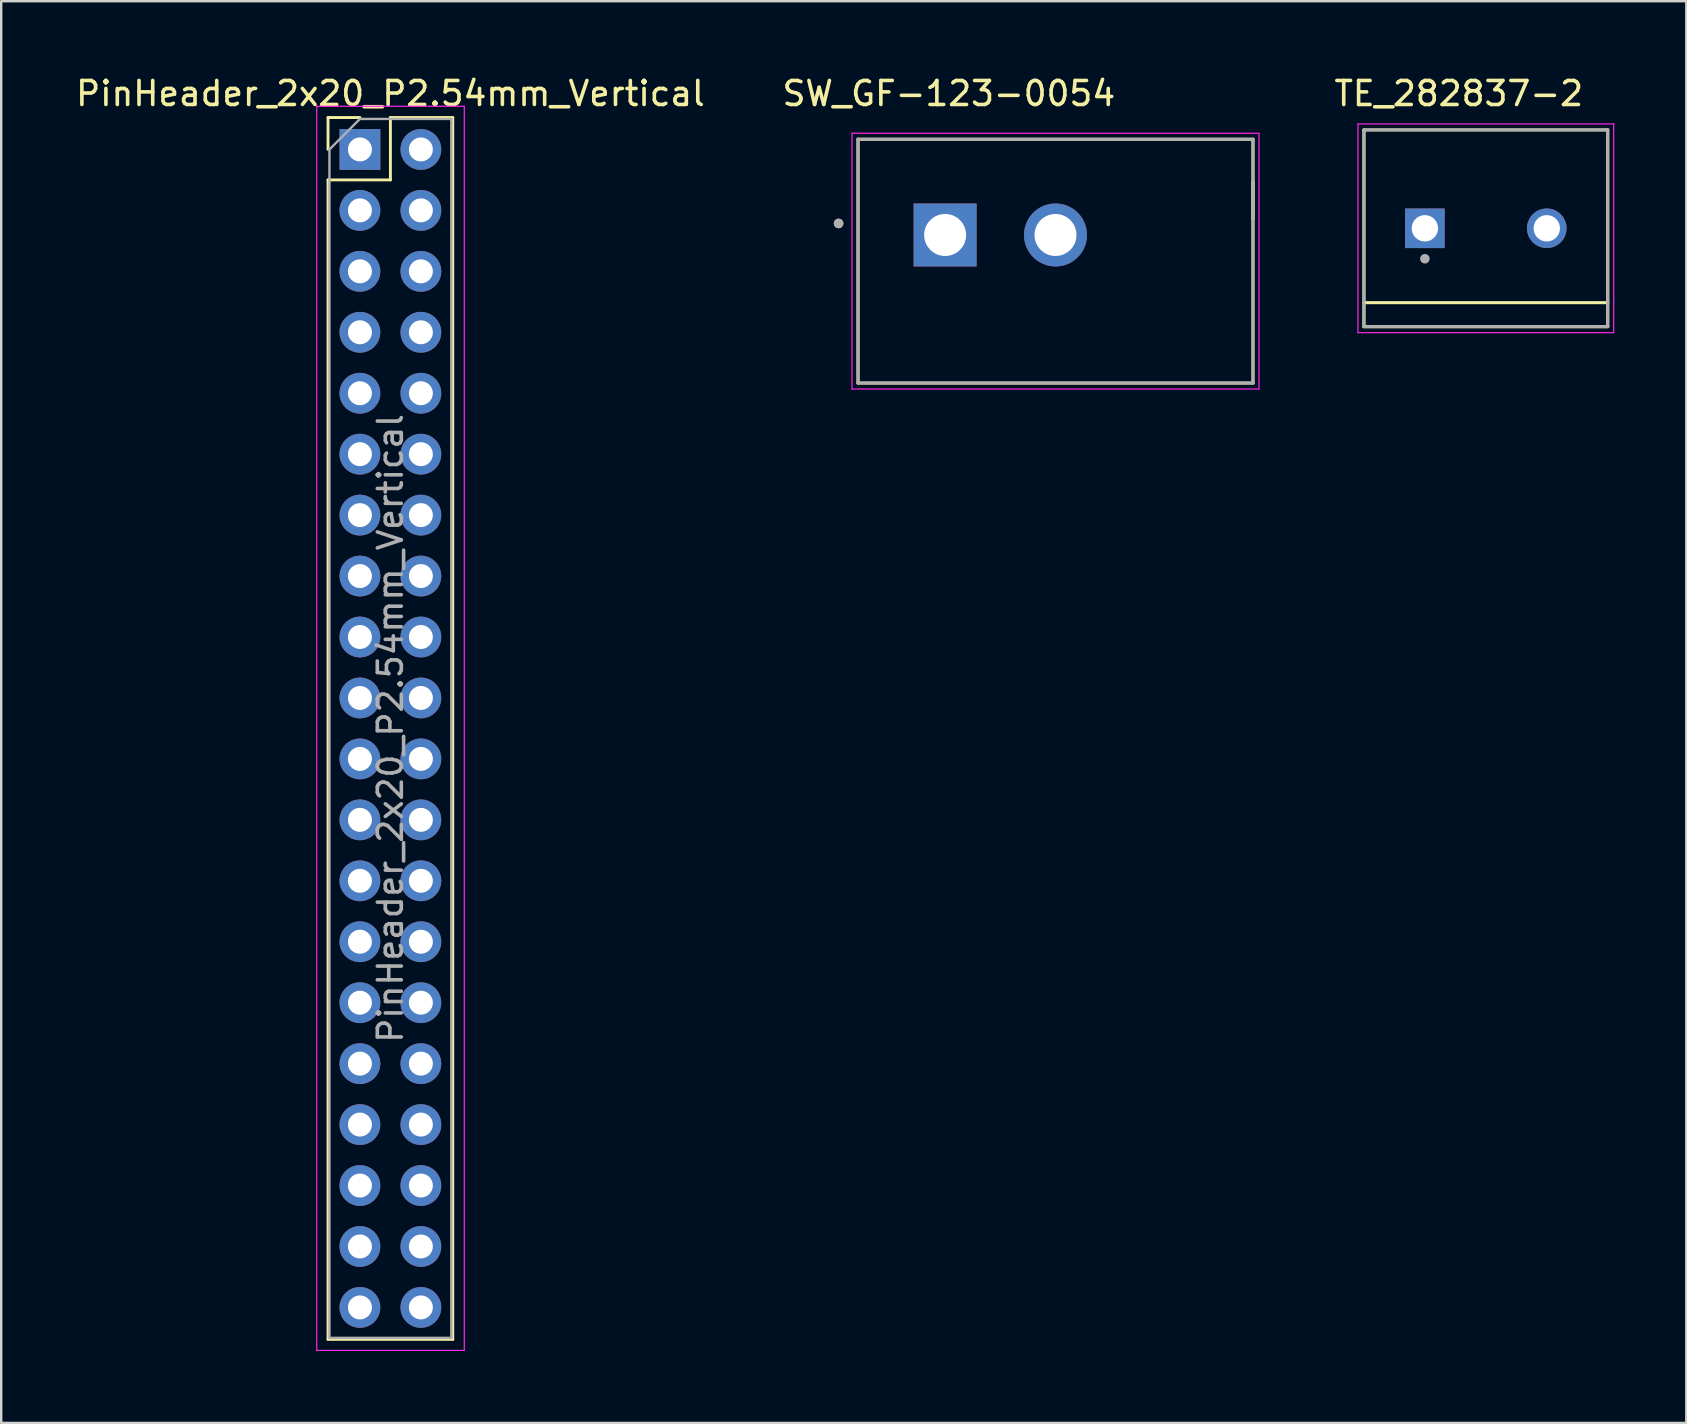
<source format=kicad_pcb>
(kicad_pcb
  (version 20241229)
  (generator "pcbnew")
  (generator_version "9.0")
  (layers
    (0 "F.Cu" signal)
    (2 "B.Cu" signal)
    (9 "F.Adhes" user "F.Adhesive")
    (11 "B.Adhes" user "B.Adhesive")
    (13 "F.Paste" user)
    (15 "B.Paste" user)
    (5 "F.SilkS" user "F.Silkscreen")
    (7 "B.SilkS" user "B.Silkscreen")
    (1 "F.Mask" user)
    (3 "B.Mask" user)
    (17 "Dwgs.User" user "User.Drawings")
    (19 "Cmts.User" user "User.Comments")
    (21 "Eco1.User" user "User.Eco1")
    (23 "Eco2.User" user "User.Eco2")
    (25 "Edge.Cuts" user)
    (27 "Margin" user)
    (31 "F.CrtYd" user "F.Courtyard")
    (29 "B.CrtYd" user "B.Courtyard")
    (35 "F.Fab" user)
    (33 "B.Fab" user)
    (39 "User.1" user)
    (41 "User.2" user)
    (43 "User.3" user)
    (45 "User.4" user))
  (footprint "TE_282837-2"
    (layer "F.Cu")
    (at 58.873 6.464)
    (property "Reference" "TE_282837-2" (at -1.127 -5.615 0) (layer "F.SilkS") (effects (font (size 1.002 1.002) (thickness 0.15))))
    (attr through_hole)
    (fp_line (start -5.08 -4.1) (end 5.08 -4.1) (stroke (width 0.127) (type solid)) (layer "F.SilkS"))
    (fp_line (start -5.08 3.1) (end -5.08 -4.1) (stroke (width 0.127) (type solid)) (layer "F.SilkS"))
    (fp_line (start -5.08 3.1) (end 5.08 3.1) (stroke (width 0.127) (type solid)) (layer "F.SilkS"))
    (fp_line (start -5.08 4.1) (end -5.08 3.1) (stroke (width 0.127) (type solid)) (layer "F.SilkS"))
    (fp_line (start 5.08 -4.1) (end 5.08 3.1) (stroke (width 0.127) (type solid)) (layer "F.SilkS"))
    (fp_line (start 5.08 3.1) (end 5.08 4.1) (stroke (width 0.127) (type solid)) (layer "F.SilkS"))
    (fp_line (start 5.08 4.1) (end -5.08 4.1) (stroke (width 0.127) (type solid)) (layer "F.SilkS"))
    (fp_line (start -5.33 -4.35) (end 5.33 -4.35) (stroke (width 0.05) (type solid)) (layer "F.CrtYd"))
    (fp_line (start -5.33 4.35) (end -5.33 -4.35) (stroke (width 0.05) (type solid)) (layer "F.CrtYd"))
    (fp_line (start 5.33 -4.35) (end 5.33 4.35) (stroke (width 0.05) (type solid)) (layer "F.CrtYd"))
    (fp_line (start 5.33 4.35) (end -5.33 4.35) (stroke (width 0.05) (type solid)) (layer "F.CrtYd"))
    (fp_line (start -5.08 -4.1) (end 5.08 -4.1) (stroke (width 0.127) (type solid)) (layer "F.Fab"))
    (fp_line (start -5.08 4.1) (end -5.08 -4.1) (stroke (width 0.127) (type solid)) (layer "F.Fab"))
    (fp_line (start 5.08 -4.1) (end 5.08 4.1) (stroke (width 0.127) (type solid)) (layer "F.Fab"))
    (fp_line (start 5.08 4.1) (end -5.08 4.1) (stroke (width 0.127) (type solid)) (layer "F.Fab"))
    (fp_circle (center -2.54 1.27) (end -2.44 1.27) (stroke (width 0.2) (type solid)) (fill no) (layer "F.Fab"))
    (pad "1" thru_hole rect (at -2.54 0) (size 1.65 1.65) (drill 1.1) (layers "*.Cu" "*.Mask"))
    (pad "2" thru_hole circle (at 2.54 0) (size 1.65 1.65) (drill 1.1) (layers "*.Cu" "*.Mask")))
  (footprint "SW_GF-123-0054"
    (layer "F.Cu")
    (at 40.939 7.833)
    (property "Reference" "SW_GF-123-0054" (at -4.445 -6.985 0) (layer "F.SilkS") (effects (font (size 1 1) (thickness 0.15))))
    (attr through_hole)
    (fp_line (start -8.23 5.08) (end -8.23 -5.08) (stroke (width 0.127) (type solid)) (layer "F.SilkS"))
    (fp_line (start 8.23 -5.08) (end -8.23 -5.08) (stroke (width 0.127) (type solid)) (layer "F.SilkS"))
    (fp_line (start 8.23 -5.08) (end 8.23 5.08) (stroke (width 0.127) (type solid)) (layer "F.SilkS"))
    (fp_line (start 8.23 -3.3) (end 8.23 -1.75) (stroke (width 0.127) (type solid)) (layer "F.SilkS"))
    (fp_line (start 8.23 5.08) (end -8.23 5.08) (stroke (width 0.127) (type solid)) (layer "F.SilkS"))
    (fp_circle (center -9.04 -1.57) (end -8.94 -1.57) (stroke (width 0.2) (type solid)) (fill no) (layer "F.SilkS"))
    (fp_line (start -8.48 -5.33) (end 8.48 -5.33) (stroke (width 0.05) (type solid)) (layer "F.CrtYd"))
    (fp_line (start -8.48 5.33) (end -8.48 -5.33) (stroke (width 0.05) (type solid)) (layer "F.CrtYd"))
    (fp_line (start 8.48 -5.33) (end 8.48 5.33) (stroke (width 0.05) (type solid)) (layer "F.CrtYd"))
    (fp_line (start 8.48 5.33) (end -8.48 5.33) (stroke (width 0.05) (type solid)) (layer "F.CrtYd"))
    (fp_line (start -8.23 -5.08) (end 8.23 -5.08) (stroke (width 0.127) (type solid)) (layer "F.Fab"))
    (fp_line (start -8.23 5.08) (end -8.23 -5.08) (stroke (width 0.127) (type solid)) (layer "F.Fab"))
    (fp_line (start 8.23 -5.08) (end 8.23 5.08) (stroke (width 0.127) (type solid)) (layer "F.Fab"))
    (fp_line (start 8.23 5.08) (end -8.23 5.08) (stroke (width 0.127) (type solid)) (layer "F.Fab"))
    (fp_circle (center -9.04 -1.57) (end -8.94 -1.57) (stroke (width 0.2) (type solid)) (fill no) (layer "F.Fab"))
    (pad "1" thru_hole rect (at -4.6 -1.09) (size 2.625 2.625) (drill 1.75) (layers "*.Cu" "*.Mask"))
    (pad "2" thru_hole circle (at 0 -1.09) (size 2.625 2.625) (drill 1.75) (layers "*.Cu" "*.Mask")))
  (footprint "PinHeader_2x20_P2.54mm_Vertical"
    (layer "F.Cu")
    (at 11.95 3.178)
    (property "Reference" "PinHeader_2x20_P2.54mm_Vertical" (at 1.27 -2.33 0) (layer "F.SilkS") (effects (font (size 1 1) (thickness 0.15))))
    (attr through_hole)
    (fp_line (start -1.33 -1.33) (end 0 -1.33) (stroke (width 0.12) (type solid)) (layer "F.SilkS"))
    (fp_line (start -1.33 0) (end -1.33 -1.33) (stroke (width 0.12) (type solid)) (layer "F.SilkS"))
    (fp_line (start -1.33 1.27) (end -1.33 49.59) (stroke (width 0.12) (type solid)) (layer "F.SilkS"))
    (fp_line (start -1.33 1.27) (end 1.27 1.27) (stroke (width 0.12) (type solid)) (layer "F.SilkS"))
    (fp_line (start -1.33 49.59) (end 3.87 49.59) (stroke (width 0.12) (type solid)) (layer "F.SilkS"))
    (fp_line (start 1.27 -1.33) (end 3.87 -1.33) (stroke (width 0.12) (type solid)) (layer "F.SilkS"))
    (fp_line (start 1.27 1.27) (end 1.27 -1.33) (stroke (width 0.12) (type solid)) (layer "F.SilkS"))
    (fp_line (start 3.87 -1.33) (end 3.87 49.59) (stroke (width 0.12) (type solid)) (layer "F.SilkS"))
    (fp_line (start -1.8 -1.8) (end -1.8 50.05) (stroke (width 0.05) (type solid)) (layer "F.CrtYd"))
    (fp_line (start -1.8 50.05) (end 4.35 50.05) (stroke (width 0.05) (type solid)) (layer "F.CrtYd"))
    (fp_line (start 4.35 -1.8) (end -1.8 -1.8) (stroke (width 0.05) (type solid)) (layer "F.CrtYd"))
    (fp_line (start 4.35 50.05) (end 4.35 -1.8) (stroke (width 0.05) (type solid)) (layer "F.CrtYd"))
    (fp_line (start -1.27 0) (end 0 -1.27) (stroke (width 0.1) (type solid)) (layer "F.Fab"))
    (fp_line (start -1.27 49.53) (end -1.27 0) (stroke (width 0.1) (type solid)) (layer "F.Fab"))
    (fp_line (start 0 -1.27) (end 3.81 -1.27) (stroke (width 0.1) (type solid)) (layer "F.Fab"))
    (fp_line (start 3.81 -1.27) (end 3.81 49.53) (stroke (width 0.1) (type solid)) (layer "F.Fab"))
    (fp_line (start 3.81 49.53) (end -1.27 49.53) (stroke (width 0.1) (type solid)) (layer "F.Fab"))
    (fp_text user "${REFERENCE}" (at 1.27 24.13 270) (layer "F.Fab") (effects (font (size 1 1) (thickness 0.15))))
    (pad "1" thru_hole rect (at 0 0) (size 1.7 1.7) (drill 1) (layers "*.Cu" "*.Mask"))
    (pad "2" thru_hole oval (at 2.54 0) (size 1.7 1.7) (drill 1) (layers "*.Cu" "*.Mask"))
    (pad "3" thru_hole oval (at 0 2.54) (size 1.7 1.7) (drill 1) (layers "*.Cu" "*.Mask"))
    (pad "4" thru_hole oval (at 2.54 2.54) (size 1.7 1.7) (drill 1) (layers "*.Cu" "*.Mask"))
    (pad "5" thru_hole oval (at 0 5.08) (size 1.7 1.7) (drill 1) (layers "*.Cu" "*.Mask"))
    (pad "6" thru_hole oval (at 2.54 5.08) (size 1.7 1.7) (drill 1) (layers "*.Cu" "*.Mask"))
    (pad "7" thru_hole oval (at 0 7.62) (size 1.7 1.7) (drill 1) (layers "*.Cu" "*.Mask"))
    (pad "8" thru_hole oval (at 2.54 7.62) (size 1.7 1.7) (drill 1) (layers "*.Cu" "*.Mask"))
    (pad "9" thru_hole oval (at 0 10.16) (size 1.7 1.7) (drill 1) (layers "*.Cu" "*.Mask"))
    (pad "10" thru_hole oval (at 2.54 10.16) (size 1.7 1.7) (drill 1) (layers "*.Cu" "*.Mask"))
    (pad "11" thru_hole oval (at 0 12.7) (size 1.7 1.7) (drill 1) (layers "*.Cu" "*.Mask"))
    (pad "12" thru_hole oval (at 2.54 12.7) (size 1.7 1.7) (drill 1) (layers "*.Cu" "*.Mask"))
    (pad "13" thru_hole oval (at 0 15.24) (size 1.7 1.7) (drill 1) (layers "*.Cu" "*.Mask"))
    (pad "14" thru_hole oval (at 2.54 15.24) (size 1.7 1.7) (drill 1) (layers "*.Cu" "*.Mask"))
    (pad "15" thru_hole oval (at 0 17.78) (size 1.7 1.7) (drill 1) (layers "*.Cu" "*.Mask"))
    (pad "16" thru_hole oval (at 2.54 17.78) (size 1.7 1.7) (drill 1) (layers "*.Cu" "*.Mask"))
    (pad "17" thru_hole oval (at 0 20.32) (size 1.7 1.7) (drill 1) (layers "*.Cu" "*.Mask"))
    (pad "18" thru_hole oval (at 2.54 20.32) (size 1.7 1.7) (drill 1) (layers "*.Cu" "*.Mask"))
    (pad "19" thru_hole oval (at 0 22.86) (size 1.7 1.7) (drill 1) (layers "*.Cu" "*.Mask"))
    (pad "20" thru_hole oval (at 2.54 22.86) (size 1.7 1.7) (drill 1) (layers "*.Cu" "*.Mask"))
    (pad "21" thru_hole oval (at 0 25.4) (size 1.7 1.7) (drill 1) (layers "*.Cu" "*.Mask"))
    (pad "22" thru_hole oval (at 2.54 25.4) (size 1.7 1.7) (drill 1) (layers "*.Cu" "*.Mask"))
    (pad "23" thru_hole oval (at 0 27.94) (size 1.7 1.7) (drill 1) (layers "*.Cu" "*.Mask"))
    (pad "24" thru_hole oval (at 2.54 27.94) (size 1.7 1.7) (drill 1) (layers "*.Cu" "*.Mask"))
    (pad "25" thru_hole oval (at 0 30.48) (size 1.7 1.7) (drill 1) (layers "*.Cu" "*.Mask"))
    (pad "26" thru_hole oval (at 2.54 30.48) (size 1.7 1.7) (drill 1) (layers "*.Cu" "*.Mask"))
    (pad "27" thru_hole oval (at 0 33.02) (size 1.7 1.7) (drill 1) (layers "*.Cu" "*.Mask"))
    (pad "28" thru_hole oval (at 2.54 33.02) (size 1.7 1.7) (drill 1) (layers "*.Cu" "*.Mask"))
    (pad "29" thru_hole oval (at 0 35.56) (size 1.7 1.7) (drill 1) (layers "*.Cu" "*.Mask"))
    (pad "30" thru_hole oval (at 2.54 35.56) (size 1.7 1.7) (drill 1) (layers "*.Cu" "*.Mask"))
    (pad "31" thru_hole oval (at 0 38.1) (size 1.7 1.7) (drill 1) (layers "*.Cu" "*.Mask"))
    (pad "32" thru_hole oval (at 2.54 38.1) (size 1.7 1.7) (drill 1) (layers "*.Cu" "*.Mask"))
    (pad "33" thru_hole oval (at 0 40.64) (size 1.7 1.7) (drill 1) (layers "*.Cu" "*.Mask"))
    (pad "34" thru_hole oval (at 2.54 40.64) (size 1.7 1.7) (drill 1) (layers "*.Cu" "*.Mask"))
    (pad "35" thru_hole oval (at 0 43.18) (size 1.7 1.7) (drill 1) (layers "*.Cu" "*.Mask"))
    (pad "36" thru_hole oval (at 2.54 43.18) (size 1.7 1.7) (drill 1) (layers "*.Cu" "*.Mask"))
    (pad "37" thru_hole oval (at 0 45.72) (size 1.7 1.7) (drill 1) (layers "*.Cu" "*.Mask"))
    (pad "38" thru_hole oval (at 2.54 45.72) (size 1.7 1.7) (drill 1) (layers "*.Cu" "*.Mask"))
    (pad "39" thru_hole oval (at 0 48.26) (size 1.7 1.7) (drill 1) (layers "*.Cu" "*.Mask"))
    (pad "40" thru_hole oval (at 2.54 48.26) (size 1.7 1.7) (drill 1) (layers "*.Cu" "*.Mask")))
  (gr_rect
    (start -3 -3)
    (end 67.228 56.253)
    (stroke (width 0.1) (type default))
    (fill no)
    (layer "Edge.Cuts")))
</source>
